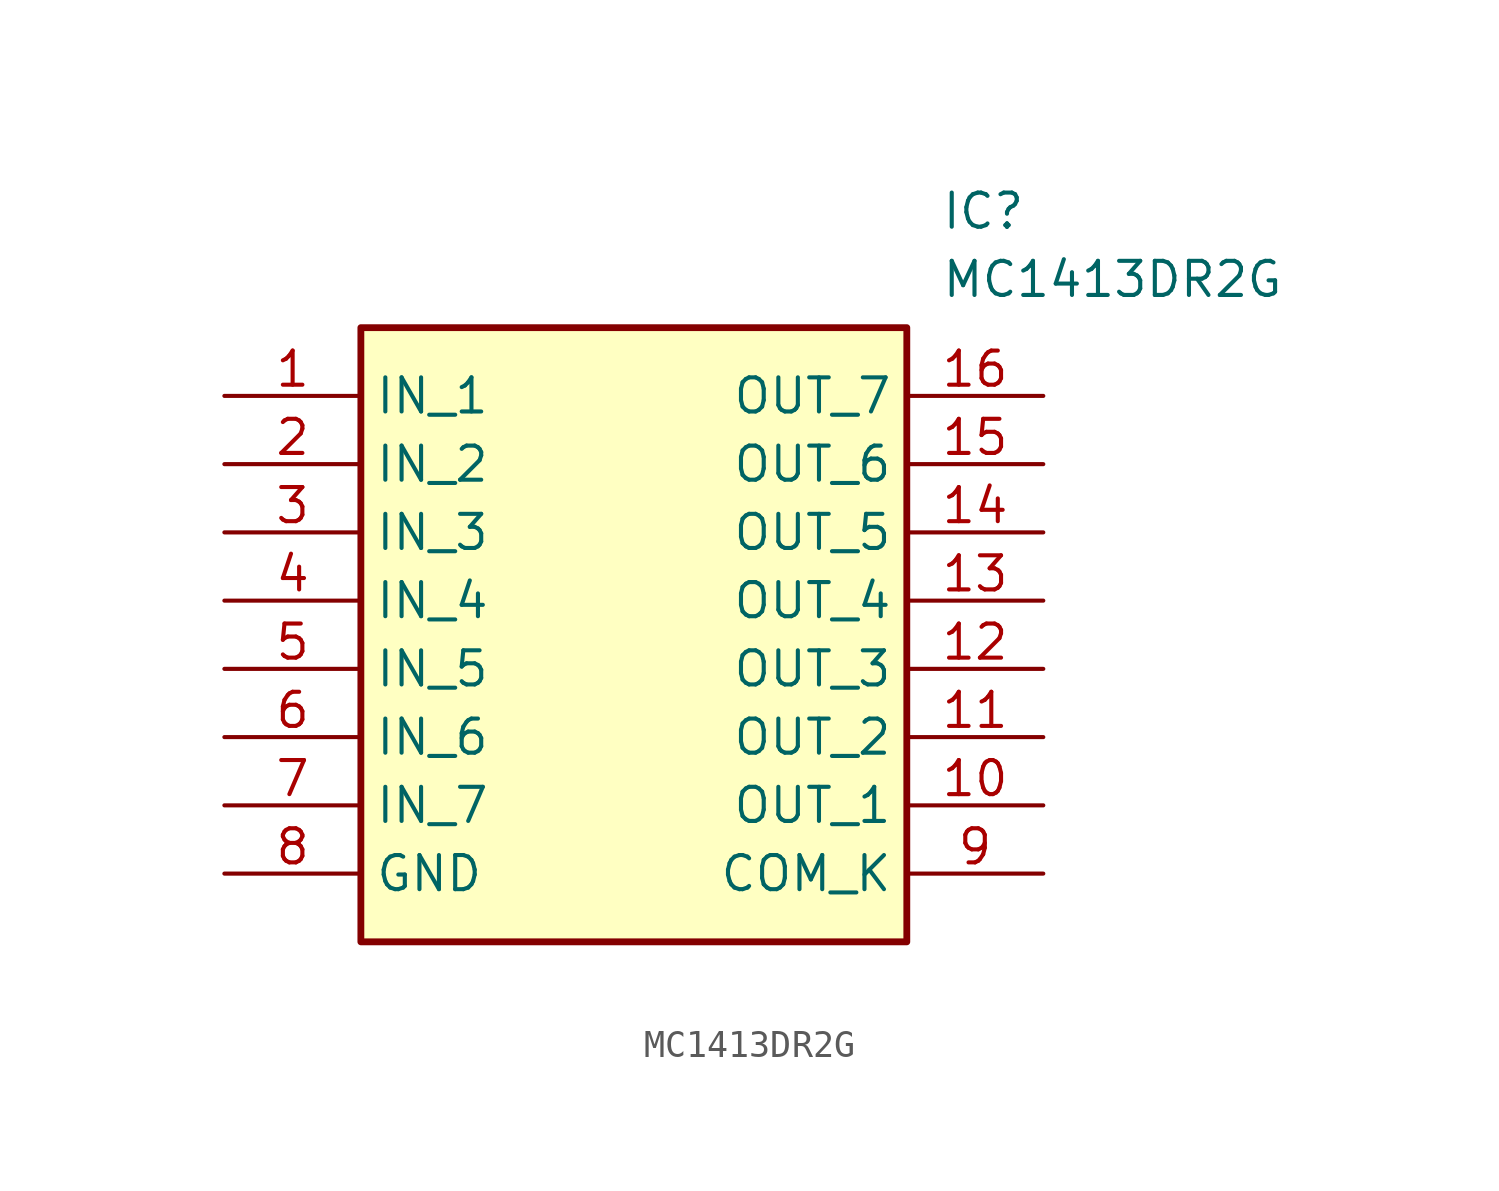
<source format=kicad_sym>
(kicad_symbol_lib
  (version 20211014)
  (generator SamacSys_ECAD_Model)
  (symbol "MC1413DR2G"
    (property "Reference" "IC"
      (at 26.67 7.62 0)
      (effects (font (size 1.27 1.27)) (justify left top)))
    (property "Value" "MC1413DR2G"
      (at 26.67 5.08 0)
      (effects (font (size 1.27 1.27)) (justify left top)))
    (rectangle
      (start 5.08 2.54)
      (end 25.4 -20.32)
      (stroke (width 0.254) (type default))
      (fill (type background)))
    (pin passive line
      (at 0 0 0)
      (length 5.08)
      (name "IN_1" (effects (font (size 1.27 1.27))))
      (number "1" (effects (font (size 1.27 1.27)))))
    (pin passive line
      (at 0 -2.54 0)
      (length 5.08)
      (name "IN_2" (effects (font (size 1.27 1.27))))
      (number "2" (effects (font (size 1.27 1.27)))))
    (pin passive line
      (at 0 -5.08 0)
      (length 5.08)
      (name "IN_3" (effects (font (size 1.27 1.27))))
      (number "3" (effects (font (size 1.27 1.27)))))
    (pin passive line
      (at 0 -7.62 0)
      (length 5.08)
      (name "IN_4" (effects (font (size 1.27 1.27))))
      (number "4" (effects (font (size 1.27 1.27)))))
    (pin passive line
      (at 0 -10.16 0)
      (length 5.08)
      (name "IN_5" (effects (font (size 1.27 1.27))))
      (number "5" (effects (font (size 1.27 1.27)))))
    (pin passive line
      (at 0 -12.7 0)
      (length 5.08)
      (name "IN_6" (effects (font (size 1.27 1.27))))
      (number "6" (effects (font (size 1.27 1.27)))))
    (pin passive line
      (at 0 -15.24 0)
      (length 5.08)
      (name "IN_7" (effects (font (size 1.27 1.27))))
      (number "7" (effects (font (size 1.27 1.27)))))
    (pin passive line
      (at 0 -17.78 0)
      (length 5.08)
      (name "GND" (effects (font (size 1.27 1.27))))
      (number "8" (effects (font (size 1.27 1.27)))))
    (pin passive line
      (at 30.48 0 180)
      (length 5.08)
      (name "OUT_7" (effects (font (size 1.27 1.27))))
      (number "16" (effects (font (size 1.27 1.27)))))
    (pin passive line
      (at 30.48 -2.54 180)
      (length 5.08)
      (name "OUT_6" (effects (font (size 1.27 1.27))))
      (number "15" (effects (font (size 1.27 1.27)))))
    (pin passive line
      (at 30.48 -5.08 180)
      (length 5.08)
      (name "OUT_5" (effects (font (size 1.27 1.27))))
      (number "14" (effects (font (size 1.27 1.27)))))
    (pin passive line
      (at 30.48 -7.62 180)
      (length 5.08)
      (name "OUT_4" (effects (font (size 1.27 1.27))))
      (number "13" (effects (font (size 1.27 1.27)))))
    (pin passive line
      (at 30.48 -10.16 180)
      (length 5.08)
      (name "OUT_3" (effects (font (size 1.27 1.27))))
      (number "12" (effects (font (size 1.27 1.27)))))
    (pin passive line
      (at 30.48 -12.7 180)
      (length 5.08)
      (name "OUT_2" (effects (font (size 1.27 1.27))))
      (number "11" (effects (font (size 1.27 1.27)))))
    (pin passive line
      (at 30.48 -15.24 180)
      (length 5.08)
      (name "OUT_1" (effects (font (size 1.27 1.27))))
      (number "10" (effects (font (size 1.27 1.27)))))
    (pin passive line
      (at 30.48 -17.78 180)
      (length 5.08)
      (name "COM_K" (effects (font (size 1.27 1.27))))
      (number "9" (effects (font (size 1.27 1.27)))))))
</source>
